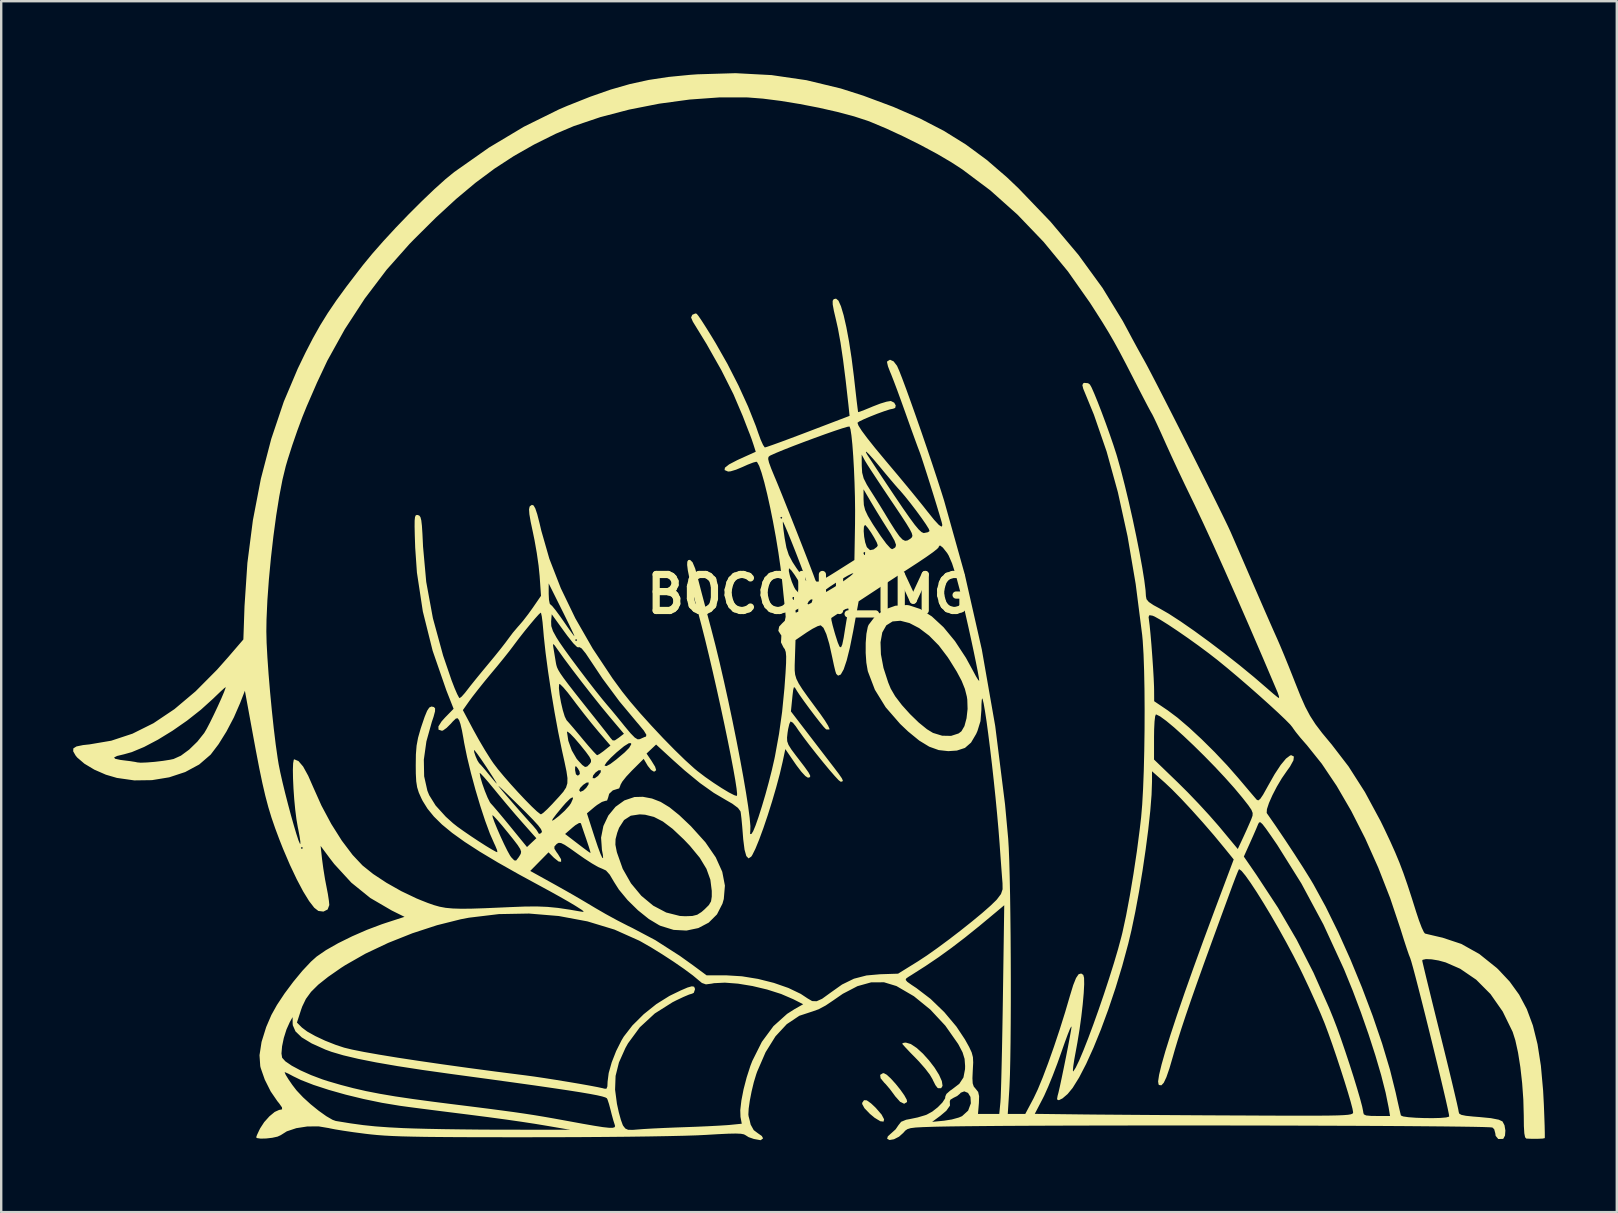
<source format=kicad_pcb>
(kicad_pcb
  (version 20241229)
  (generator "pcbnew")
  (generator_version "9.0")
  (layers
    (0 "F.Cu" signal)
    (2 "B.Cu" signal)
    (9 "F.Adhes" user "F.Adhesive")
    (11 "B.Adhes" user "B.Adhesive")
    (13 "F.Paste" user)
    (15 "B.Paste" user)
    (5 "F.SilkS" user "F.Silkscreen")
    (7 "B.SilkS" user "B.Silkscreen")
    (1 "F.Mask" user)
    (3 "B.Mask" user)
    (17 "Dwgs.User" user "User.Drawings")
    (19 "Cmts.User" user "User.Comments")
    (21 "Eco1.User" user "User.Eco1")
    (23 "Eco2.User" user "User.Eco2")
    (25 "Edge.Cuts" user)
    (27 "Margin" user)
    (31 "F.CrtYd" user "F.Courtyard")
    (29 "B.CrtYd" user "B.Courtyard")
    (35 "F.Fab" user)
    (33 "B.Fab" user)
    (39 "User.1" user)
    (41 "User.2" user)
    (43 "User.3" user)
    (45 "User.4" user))
  (footprint "BOCCHI_IMG"
    (layer "F.Cu")
    (at 30.656 21.716)
    (property "Reference" "BOCCHI_IMG" (at 0 0 0) (layer "F.SilkS") (effects (font (size 1.5 1.5) (thickness 0.3))))
    (attr board_only exclude_from_pos_files exclude_from_bom)
    (fp_poly (pts (xy 2.42 21.095) (xy 2.597 21.221) (xy 2.794 21.407) (xy 3.038 21.689) (xy 3.142 21.885) (xy 3.12 21.982) (xy 2.983 21.966) (xy 2.747 21.822) (xy 2.552 21.66) (xy 2.324 21.423) (xy 2.229 21.249) (xy 2.231 21.196) (xy 2.305 21.09)) (stroke (width 0) (type solid)) (fill yes) (layer "F.SilkS"))
    (fp_poly (pts (xy 3.248 20.025) (xy 3.423 20.186) (xy 3.624 20.408) (xy 3.822 20.655) (xy 3.987 20.889) (xy 4.088 21.073) (xy 4.1 21.163) (xy 3.979 21.238) (xy 3.811 21.157) (xy 3.606 20.927) (xy 3.57 20.876) (xy 3.387 20.63) (xy 3.209 20.42) (xy 3.143 20.354) (xy 2.996 20.174) (xy 2.978 20.034) (xy 3.089 19.966) (xy 3.13 19.963)) (stroke (width 0) (type solid)) (fill yes) (layer "F.SilkS"))
    (fp_poly (pts (xy 4.257 18.749) (xy 4.499 18.911) (xy 4.759 19.147) (xy 5.015 19.431) (xy 5.247 19.734) (xy 5.432 20.031) (xy 5.549 20.292) (xy 5.579 20.491) (xy 5.52 20.59) (xy 5.397 20.589) (xy 5.367 20.573) (xy 5.282 20.462) (xy 5.18 20.261) (xy 5.162 20.218) (xy 5.049 20.026) (xy 4.847 19.762) (xy 4.592 19.472) (xy 4.469 19.344) (xy 4.222 19.093) (xy 4.029 18.888) (xy 3.914 18.759) (xy 3.895 18.729) (xy 3.965 18.696) (xy 4.052 18.689)) (stroke (width 0) (type solid)) (fill yes) (layer "F.SilkS"))
    (fp_poly (pts (xy -1.547 -21.636) (xy -0.096 -21.424) (xy 1.338 -21.078) (xy 2.277 -20.778) (xy 3.525 -20.313) (xy 4.634 -19.83) (xy 5.632 -19.313) (xy 6.55 -18.743) (xy 7.418 -18.103) (xy 8.264 -17.374) (xy 8.75 -16.911) (xy 10.075 -15.53) (xy 11.242 -14.145) (xy 12.248 -12.762) (xy 13.09 -11.386) (xy 13.252 -11.086) (xy 13.468 -10.681) (xy 13.698 -10.257) (xy 13.904 -9.885) (xy 13.97 -9.769) (xy 14.094 -9.542) (xy 14.282 -9.184) (xy 14.524 -8.717) (xy 14.808 -8.163) (xy 15.124 -7.544) (xy 15.461 -6.88) (xy 15.807 -6.194) (xy 16.152 -5.508) (xy 16.485 -4.843) (xy 16.795 -4.22) (xy 17.071 -3.662) (xy 17.302 -3.189) (xy 17.478 -2.825) (xy 17.586 -2.591) (xy 17.702 -2.325) (xy 17.87 -1.939) (xy 18.074 -1.469) (xy 18.299 -0.949) (xy 18.529 -0.417) (xy 18.544 -0.382) (xy 18.775 0.15) (xy 19.002 0.672) (xy 19.21 1.147) (xy 19.383 1.539) (xy 19.506 1.814) (xy 19.512 1.826) (xy 19.641 2.123) (xy 19.812 2.531) (xy 20.005 3.005) (xy 20.201 3.498) (xy 20.27 3.674) (xy 20.496 4.24) (xy 20.695 4.689) (xy 20.895 5.067) (xy 21.12 5.417) (xy 21.398 5.784) (xy 21.755 6.214) (xy 21.791 6.256) (xy 22.498 7.176) (xy 23.183 8.248) (xy 23.835 9.456) (xy 23.997 9.789) (xy 24.242 10.309) (xy 24.444 10.761) (xy 24.621 11.186) (xy 24.786 11.622) (xy 24.956 12.111) (xy 25.145 12.691) (xy 25.317 13.238) (xy 25.436 13.597) (xy 25.548 13.891) (xy 25.639 14.084) (xy 25.686 14.143) (xy 25.81 14.174) (xy 26.051 14.231) (xy 26.361 14.303) (xy 26.416 14.315) (xy 27.2 14.576) (xy 27.95 14.995) (xy 28.675 15.576) (xy 28.741 15.639) (xy 29.215 16.144) (xy 29.609 16.689) (xy 29.93 17.293) (xy 30.184 17.976) (xy 30.377 18.756) (xy 30.517 19.654) (xy 30.61 20.688) (xy 30.641 21.28) (xy 30.659 21.742) (xy 30.673 22.14) (xy 30.68 22.446) (xy 30.681 22.63) (xy 30.678 22.671) (xy 30.589 22.689) (xy 30.39 22.698) (xy 30.141 22.699) (xy 29.909 22.689) (xy 29.859 22.635) (xy 29.826 22.469) (xy 29.808 22.171) (xy 29.803 21.722) (xy 29.785 21.06) (xy 29.736 20.377) (xy 29.661 19.711) (xy 29.564 19.102) (xy 29.451 18.589) (xy 29.34 18.241) (xy 28.926 17.394) (xy 28.417 16.666) (xy 27.822 16.068) (xy 27.153 15.611) (xy 26.549 15.347) (xy 26.252 15.266) (xy 25.963 15.218) (xy 25.728 15.208) (xy 25.59 15.238) (xy 25.571 15.27) (xy 25.591 15.364) (xy 25.648 15.604) (xy 25.736 15.972) (xy 25.853 16.449) (xy 25.992 17.016) (xy 26.15 17.655) (xy 26.322 18.347) (xy 26.333 18.388) (xy 26.506 19.086) (xy 26.665 19.736) (xy 26.806 20.318) (xy 26.923 20.813) (xy 27.014 21.202) (xy 27.072 21.465) (xy 27.093 21.584) (xy 27.093 21.585) (xy 27.117 21.653) (xy 27.208 21.702) (xy 27.395 21.74) (xy 27.706 21.772) (xy 27.943 21.79) (xy 28.434 21.838) (xy 28.761 21.902) (xy 28.917 21.975) (xy 29.001 22.136) (xy 29.037 22.355) (xy 29.021 22.564) (xy 28.953 22.693) (xy 28.935 22.702) (xy 28.741 22.708) (xy 28.631 22.575) (xy 28.617 22.471) (xy 28.571 22.299) (xy 28.496 22.228) (xy 28.386 22.218) (xy 28.118 22.208) (xy 27.705 22.199) (xy 27.159 22.191) (xy 26.49 22.183) (xy 25.712 22.176) (xy 24.836 22.169) (xy 23.873 22.163) (xy 22.837 22.158) (xy 21.738 22.154) (xy 20.588 22.15) (xy 19.4 22.147) (xy 18.186 22.145) (xy 16.956 22.143) (xy 15.724 22.143) (xy 14.501 22.143) (xy 13.299 22.144) (xy 12.129 22.146) (xy 11.004 22.148) (xy 9.936 22.152) (xy 8.936 22.156) (xy 8.017 22.161) (xy 7.19 22.168) (xy 6.466 22.175) (xy 5.859 22.183) (xy 5.38 22.192) (xy 5.215 22.196) (xy 4.766 22.211) (xy 4.454 22.228) (xy 4.248 22.254) (xy 4.116 22.295) (xy 4.025 22.357) (xy 3.945 22.448) (xy 3.945 22.449) (xy 3.765 22.61) (xy 3.555 22.717) (xy 3.37 22.749) (xy 3.27 22.698) (xy 3.296 22.599) (xy 3.429 22.477) (xy 3.434 22.474) (xy 3.624 22.302) (xy 3.739 22.133) (xy 3.851 21.992) (xy 5.145 21.992) (xy 5.642 21.944) (xy 5.964 21.893) (xy 6.257 21.812) (xy 6.392 21.754) (xy 6.645 21.524) (xy 6.759 21.218) (xy 6.742 20.952) (xy 6.641 20.786) (xy 6.485 20.721) (xy 6.337 20.777) (xy 6.304 20.818) (xy 6.188 20.915) (xy 6.04 20.988) (xy 5.903 21.071) (xy 5.88 21.145) (xy 5.889 21.314) (xy 5.737 21.528) (xy 5.485 21.741) (xy 5.145 21.992) (xy 3.851 21.992) (xy 3.852 21.99) (xy 4.059 21.905) (xy 4.219 21.875) (xy 4.541 21.808) (xy 4.855 21.715) (xy 4.92 21.691) (xy 5.151 21.564) (xy 5.381 21.383) (xy 5.572 21.187) (xy 5.685 21.014) (xy 5.696 20.926) (xy 5.742 20.827) (xy 5.893 20.693) (xy 5.965 20.645) (xy 6.276 20.407) (xy 6.45 20.142) (xy 6.516 19.795) (xy 6.519 19.663) (xy 6.497 19.367) (xy 6.413 19.095) (xy 6.245 18.774) (xy 6.219 18.731) (xy 5.694 17.983) (xy 5.072 17.315) (xy 4.385 16.756) (xy 3.667 16.337) (xy 3.652 16.33) (xy 3.141 16.175) (xy 2.604 16.177) (xy 2.033 16.336) (xy 1.422 16.654) (xy 1.004 16.943) (xy 0.708 17.142) (xy 0.415 17.299) (xy 0.188 17.38) (xy 0.186 17.381) (xy -0.391 17.571) (xy -0.915 17.921) (xy -1.385 18.428) (xy -1.797 19.089) (xy -2.149 19.901) (xy -2.186 20.006) (xy -2.288 20.342) (xy -2.38 20.724) (xy -2.454 21.105) (xy -2.502 21.441) (xy -2.515 21.684) (xy -2.505 21.76) (xy -2.461 21.927) (xy -2.419 22.107) (xy -2.291 22.337) (xy -2.113 22.471) (xy -1.955 22.581) (xy -1.903 22.675) (xy -1.907 22.685) (xy -1.998 22.755) (xy -2.016 22.755) (xy -2.137 22.732) (xy -2.286 22.705) (xy -2.503 22.63) (xy -2.625 22.553) (xy -2.698 22.513) (xy -2.828 22.488) (xy -3.037 22.479) (xy -3.349 22.485) (xy -3.786 22.506) (xy -4.276 22.535) (xy -4.657 22.554) (xy -5.191 22.571) (xy -5.859 22.586) (xy -6.647 22.6) (xy -7.535 22.612) (xy -8.508 22.621) (xy -9.548 22.628) (xy -10.638 22.632) (xy -11.557 22.633) (xy -12.721 22.633) (xy -13.73 22.632) (xy -14.599 22.629) (xy -15.343 22.624) (xy -15.975 22.618) (xy -16.51 22.608) (xy -16.963 22.597) (xy -17.348 22.582) (xy -17.68 22.564) (xy -17.973 22.542) (xy -18.242 22.516) (xy -18.502 22.486) (xy -18.514 22.484) (xy -18.972 22.424) (xy -19.392 22.362) (xy -19.734 22.306) (xy -19.959 22.262) (xy -19.995 22.253) (xy -20.425 22.181) (xy -20.896 22.184) (xy -21.356 22.255) (xy -21.752 22.387) (xy -22.004 22.546) (xy -22.139 22.608) (xy -22.359 22.656) (xy -22.611 22.685) (xy -22.841 22.691) (xy -22.995 22.668) (xy -23.029 22.636) (xy -22.994 22.538) (xy -22.906 22.349) (xy -22.864 22.264) (xy -22.695 22.004) (xy -22.478 21.762) (xy -22.256 21.578) (xy -22.071 21.494) (xy -22.049 21.492) (xy -21.949 21.471) (xy -21.953 21.39) (xy -22.068 21.225) (xy -22.145 21.131) (xy -22.424 20.724) (xy -22.67 20.233) (xy -22.778 19.925) (xy -21.844 19.925) (xy -21.797 20.033) (xy -21.679 20.225) (xy -21.523 20.452) (xy -21.361 20.663) (xy -21.336 20.693) (xy -21.075 20.97) (xy -20.759 21.258) (xy -20.424 21.529) (xy -20.107 21.755) (xy -19.845 21.907) (xy -19.711 21.955) (xy -19.095 22.055) (xy -18.565 22.128) (xy -18.057 22.181) (xy -17.505 22.221) (xy -16.891 22.253) (xy -16.458 22.268) (xy -15.89 22.283) (xy -15.222 22.296) (xy -14.489 22.306) (xy -13.726 22.314) (xy -12.967 22.318) (xy -12.742 22.318) (xy -9.948 22.322) (xy -10.88 22.162) (xy -11.404 22.075) (xy -11.973 21.988) (xy -12.612 21.896) (xy -13.346 21.797) (xy -14.201 21.687) (xy -15.071 21.578) (xy -15.591 21.512) (xy -16.115 21.445) (xy -16.592 21.383) (xy -16.968 21.332) (xy -17.059 21.319) (xy -17.789 21.198) (xy -18.546 21.041) (xy -19.295 20.859) (xy -20.003 20.659) (xy -20.638 20.452) (xy -21.164 20.247) (xy -21.484 20.092) (xy -21.691 19.982) (xy -21.821 19.925) (xy -21.844 19.925) (xy -22.778 19.925) (xy -22.841 19.744) (xy -22.859 19.669) (xy -22.89 19.212) (xy -22.879 19.143) (xy -21.975 19.143) (xy -21.947 19.32) (xy -21.812 19.47) (xy -21.545 19.652) (xy -21.178 19.848) (xy -20.741 20.043) (xy -20.267 20.222) (xy -20.028 20.299) (xy -19.499 20.453) (xy -18.982 20.588) (xy -18.451 20.71) (xy -17.877 20.822) (xy -17.235 20.931) (xy -16.497 21.04) (xy -15.636 21.156) (xy -14.944 21.244) (xy -14.091 21.35) (xy -13.381 21.44) (xy -12.787 21.518) (xy -12.283 21.586) (xy -11.842 21.65) (xy -11.439 21.712) (xy -11.048 21.777) (xy -10.642 21.848) (xy -10.196 21.929) (xy -10.075 21.951) (xy -9.433 22.069) (xy -8.938 22.155) (xy -8.575 22.212) (xy -8.324 22.239) (xy -8.168 22.24) (xy -8.089 22.215) (xy -8.07 22.165) (xy -8.086 22.108) (xy -8.139 21.943) (xy -8.211 21.683) (xy -8.254 21.51) (xy -8.323 21.25) (xy -8.384 21.065) (xy -8.412 21.009) (xy -8.477 20.973) (xy -8.611 20.932) (xy -8.824 20.883) (xy -9.125 20.826) (xy -9.525 20.758) (xy -10.033 20.678) (xy -10.658 20.585) (xy -11.41 20.476) (xy -12.299 20.352) (xy -13.334 20.209) (xy -14.524 20.048) (xy -14.901 19.997) (xy -16.102 19.828) (xy -17.142 19.668) (xy -18.032 19.514) (xy -18.78 19.365) (xy -19.396 19.219) (xy -19.888 19.074) (xy -20.139 18.982) (xy -20.715 18.723) (xy -21.13 18.471) (xy -21.39 18.222) (xy -21.502 17.968) (xy -21.508 17.897) (xy -21.509 17.854) (xy -21.33 17.854) (xy -21.122 18.062) (xy -20.903 18.227) (xy -20.565 18.416) (xy -20.155 18.609) (xy -19.715 18.783) (xy -19.36 18.9) (xy -19.025 18.981) (xy -18.535 19.079) (xy -17.901 19.191) (xy -17.138 19.316) (xy -16.258 19.45) (xy -15.273 19.593) (xy -14.196 19.743) (xy -13.041 19.897) (xy -11.82 20.053) (xy -11.811 20.054) (xy -11.448 20.103) (xy -11.01 20.168) (xy -10.527 20.244) (xy -10.032 20.325) (xy -9.558 20.405) (xy -9.136 20.48) (xy -8.799 20.544) (xy -8.58 20.591) (xy -8.521 20.608) (xy -8.431 20.613) (xy -8.391 20.516) (xy -8.382 20.316) (xy -8.336 19.957) (xy -8.211 19.514) (xy -8.026 19.042) (xy -7.801 18.594) (xy -7.708 18.439) (xy -7.347 17.973) (xy -6.877 17.506) (xy -6.347 17.082) (xy -5.81 16.747) (xy -5.737 16.71) (xy -5.33 16.513) (xy -5.048 16.392) (xy -4.872 16.343) (xy -4.777 16.359) (xy -4.743 16.437) (xy -4.741 16.475) (xy -4.79 16.615) (xy -4.862 16.65) (xy -4.987 16.687) (xy -5.221 16.786) (xy -5.522 16.929) (xy -5.677 17.008) (xy -6.414 17.474) (xy -7.039 18.051) (xy -7.532 18.721) (xy -7.64 18.915) (xy -7.909 19.517) (xy -8.049 20.077) (xy -8.07 20.652) (xy -7.993 21.237) (xy -7.915 21.594) (xy -7.829 21.906) (xy -7.751 22.121) (xy -7.731 22.158) (xy -7.643 22.27) (xy -7.529 22.322) (xy -7.337 22.327) (xy -7.126 22.31) (xy -6.877 22.291) (xy -6.499 22.269) (xy -6.034 22.247) (xy -5.524 22.226) (xy -5.207 22.215) (xy -4.688 22.196) (xy -4.188 22.174) (xy -3.75 22.151) (xy -3.415 22.13) (xy -3.279 22.119) (xy -2.79 22.07) (xy -2.843 21.786) (xy -2.852 21.502) (xy -2.806 21.105) (xy -2.715 20.637) (xy -2.586 20.141) (xy -2.431 19.66) (xy -2.351 19.454) (xy -1.953 18.658) (xy -1.469 18.003) (xy -0.901 17.492) (xy -0.602 17.301) (xy -0.23 17.09) (xy -0.644 16.88) (xy -1.15 16.662) (xy -1.731 16.477) (xy -2.343 16.331) (xy -2.945 16.232) (xy -3.493 16.19) (xy -3.944 16.212) (xy -4.051 16.232) (xy -4.283 16.262) (xy -4.451 16.203) (xy -4.572 16.103) (xy -4.826 15.891) (xy -5.19 15.621) (xy -5.626 15.32) (xy -6.097 15.013) (xy -6.564 14.724) (xy -6.989 14.48) (xy -7.069 14.437) (xy -8.094 13.979) (xy -9.22 13.637) (xy -10.417 13.413) (xy -11.658 13.31) (xy -12.916 13.333) (xy -14.162 13.483) (xy -14.501 13.548) (xy -15.491 13.796) (xy -16.516 14.131) (xy -17.526 14.533) (xy -18.475 14.982) (xy -19.314 15.46) (xy -19.494 15.576) (xy -20.033 15.951) (xy -20.442 16.276) (xy -20.742 16.574) (xy -20.957 16.869) (xy -21.109 17.184) (xy -21.156 17.316) (xy -21.33 17.854) (xy -21.509 17.854) (xy -21.511 17.627) (xy -21.63 17.839) (xy -21.766 18.142) (xy -21.877 18.495) (xy -21.95 18.846) (xy -21.975 19.143) (xy -22.879 19.143) (xy -22.805 18.661) (xy -22.611 18.039) (xy -22.395 17.537) (xy -22.162 17.119) (xy -21.847 16.644) (xy -21.483 16.156) (xy -21.105 15.698) (xy -20.745 15.315) (xy -20.507 15.102) (xy -20.121 14.836) (xy -19.615 14.548) (xy -19.03 14.259) (xy -18.412 13.989) (xy -17.801 13.759) (xy -17.677 13.717) (xy -16.846 13.447) (xy -17.379 13.183) (xy -18.273 12.661) (xy -19.063 12.022) (xy -19.775 11.246) (xy -19.964 11.001) (xy -20.343 10.491) (xy -20.283 11.043) (xy -20.23 11.44) (xy -20.158 11.886) (xy -20.102 12.175) (xy -20.04 12.499) (xy -19.997 12.782) (xy -19.981 12.955) (xy -20.05 13.14) (xy -20.225 13.228) (xy -20.438 13.201) (xy -20.609 13.067) (xy -20.823 12.79) (xy -21.07 12.388) (xy -21.34 11.878) (xy -21.623 11.28) (xy -21.909 10.611) (xy -21.923 10.576) (xy -21.167 10.576) (xy -21.124 10.619) (xy -21.082 10.576) (xy -21.124 10.534) (xy -21.167 10.576) (xy -21.923 10.576) (xy -22.067 10.211) (xy -22.24 9.748) (xy -22.39 9.312) (xy -22.523 8.874) (xy -22.647 8.405) (xy -22.77 7.876) (xy -22.899 7.257) (xy -23.041 6.519) (xy -23.148 5.941) (xy -23.499 4.024) (xy -23.699 4.539) (xy -23.958 5.134) (xy -24.267 5.722) (xy -24.596 6.251) (xy -24.914 6.67) (xy -24.935 6.694) (xy -25.404 7.098) (xy -25.987 7.412) (xy -26.654 7.632) (xy -27.373 7.75) (xy -28.11 7.76) (xy -28.833 7.657) (xy -29.292 7.523) (xy -29.775 7.312) (xy -30.188 7.064) (xy -30.489 6.806) (xy -30.49 6.805) (xy -28.951 6.805) (xy -28.907 6.859) (xy -28.694 6.906) (xy -28.571 6.922) (xy -28.287 6.957) (xy -28.07 6.991) (xy -27.982 7.01) (xy -27.84 7.023) (xy -27.581 7.013) (xy -27.257 6.987) (xy -26.92 6.947) (xy -26.62 6.9) (xy -26.472 6.868) (xy -26.166 6.73) (xy -25.821 6.476) (xy -25.478 6.142) (xy -25.193 5.784) (xy -25.093 5.614) (xy -24.954 5.348) (xy -24.794 5.022) (xy -24.631 4.677) (xy -24.483 4.35) (xy -24.369 4.081) (xy -24.306 3.908) (xy -24.299 3.873) (xy -24.355 3.913) (xy -24.503 4.047) (xy -24.717 4.251) (xy -24.818 4.349) (xy -25.331 4.813) (xy -25.907 5.267) (xy -26.515 5.69) (xy -27.123 6.063) (xy -27.7 6.367) (xy -28.215 6.582) (xy -28.533 6.671) (xy -28.826 6.742) (xy -28.951 6.805) (xy -30.49 6.805) (xy -30.558 6.72) (xy -30.656 6.547) (xy -30.649 6.426) (xy -30.518 6.345) (xy -30.247 6.289) (xy -29.972 6.259) (xy -29.069 6.106) (xy -28.184 5.813) (xy -27.309 5.377) (xy -26.435 4.79) (xy -25.555 4.048) (xy -24.66 3.147) (xy -24.194 2.621) (xy -23.563 1.887) (xy -23.551 1.548) (xy -22.605 1.548) (xy -22.594 2.025) (xy -22.561 2.632) (xy -22.512 3.33) (xy -22.449 4.081) (xy -22.376 4.845) (xy -22.297 5.585) (xy -22.215 6.262) (xy -22.133 6.837) (xy -22.091 7.093) (xy -22.024 7.428) (xy -21.932 7.835) (xy -21.822 8.287) (xy -21.701 8.757) (xy -21.578 9.217) (xy -21.459 9.638) (xy -21.353 9.994) (xy -21.267 10.257) (xy -21.207 10.398) (xy -21.188 10.414) (xy -21.187 10.319) (xy -21.218 10.102) (xy -21.274 9.802) (xy -21.293 9.712) (xy -21.35 9.382) (xy -21.401 8.982) (xy -21.443 8.543) (xy -21.474 8.099) (xy -21.493 7.681) (xy -21.499 7.321) (xy -21.489 7.05) (xy -21.462 6.9) (xy -21.442 6.881) (xy -21.265 6.956) (xy -21.071 7.184) (xy -20.859 7.57) (xy -20.666 8.011) (xy -20.309 8.809) (xy -19.9 9.574) (xy -19.46 10.271) (xy -19.01 10.867) (xy -18.596 11.307) (xy -18.154 11.661) (xy -17.599 12.027) (xy -16.98 12.377) (xy -16.347 12.679) (xy -16.171 12.752) (xy -15.88 12.867) (xy -15.625 12.957) (xy -15.383 13.025) (xy -15.129 13.072) (xy -14.839 13.099) (xy -14.488 13.11) (xy -14.054 13.106) (xy -13.51 13.088) (xy -12.833 13.059) (xy -12.446 13.042) (xy -11.832 13.018) (xy -11.331 13.014) (xy -10.889 13.032) (xy -10.45 13.075) (xy -9.959 13.148) (xy -9.567 13.216) (xy -9.418 13.239) (xy -9.375 13.226) (xy -9.452 13.161) (xy -9.659 13.028) (xy -9.737 12.979) (xy -10.012 12.815) (xy -10.382 12.604) (xy -10.789 12.378) (xy -11.049 12.237) (xy -12.075 11.679) (xy -12.332 11.534) (xy -11.606 11.534) (xy -11.074 11.829) (xy -10.562 12.113) (xy -10.158 12.34) (xy -9.82 12.532) (xy -9.508 12.714) (xy -9.179 12.909) (xy -8.89 13.082) (xy -8.46 13.331) (xy -7.982 13.592) (xy -7.534 13.822) (xy -7.353 13.91) (xy -6.395 14.417) (xy -5.373 15.072) (xy -4.816 15.471) (xy -4.255 15.886) (xy -3.418 15.886) (xy -2.783 15.925) (xy -2.113 16.034) (xy -1.453 16.2) (xy -0.845 16.412) (xy -0.332 16.658) (xy -0.042 16.85) (xy 0.143 16.958) (xy 0.331 16.965) (xy 0.559 16.863) (xy 0.863 16.643) (xy 0.87 16.637) (xy 1.39 16.268) (xy 1.787 16.074) (xy 4.041 16.074) (xy 4.108 16.155) (xy 4.286 16.282) (xy 4.489 16.416) (xy 5.078 16.866) (xy 5.65 17.418) (xy 6.156 18.02) (xy 6.509 18.552) (xy 6.686 18.87) (xy 6.793 19.099) (xy 6.845 19.296) (xy 6.856 19.518) (xy 6.84 19.824) (xy 6.839 19.837) (xy 6.824 20.173) (xy 6.835 20.386) (xy 6.879 20.52) (xy 6.964 20.62) (xy 7.063 20.746) (xy 7.102 20.921) (xy 7.094 21.203) (xy 7.093 21.216) (xy 7.056 21.662) (xy 7.499 21.662) (xy 7.943 21.662) (xy 7.99 21.174) (xy 8.002 20.988) (xy 8.014 20.652) (xy 8.028 20.185) (xy 8.042 19.609) (xy 8.057 18.942) (xy 8.071 18.204) (xy 8.085 17.415) (xy 8.094 16.824) (xy 8.15 12.963) (xy 7.822 13.239) (xy 7.119 13.824) (xy 6.506 14.317) (xy 5.949 14.743) (xy 5.415 15.129) (xy 4.869 15.498) (xy 4.277 15.875) (xy 4.161 15.947) (xy 4.065 16.014) (xy 4.041 16.074) (xy 1.787 16.074) (xy 1.885 16.026) (xy 2.41 15.89) (xy 2.974 15.84) (xy 3.725 15.816) (xy 4.551 15.304) (xy 4.924 15.059) (xy 5.365 14.747) (xy 5.845 14.392) (xy 6.334 14.016) (xy 6.804 13.642) (xy 7.227 13.292) (xy 7.573 12.988) (xy 7.815 12.754) (xy 7.848 12.717) (xy 8.014 12.497) (xy 8.081 12.298) (xy 8.078 12.05) (xy 8.061 11.832) (xy 8.035 11.487) (xy 8.003 11.055) (xy 7.969 10.58) (xy 7.957 10.406) (xy 7.91 9.808) (xy 7.852 9.155) (xy 7.786 8.469) (xy 7.713 7.771) (xy 7.637 7.084) (xy 7.559 6.428) (xy 7.483 5.824) (xy 7.412 5.295) (xy 7.346 4.862) (xy 7.29 4.545) (xy 7.246 4.368) (xy 7.232 4.34) (xy 7.214 4.398) (xy 7.201 4.584) (xy 7.197 4.833) (xy 7.16 5.29) (xy 7.033 5.702) (xy 6.978 5.826) (xy 6.766 6.185) (xy 6.512 6.407) (xy 6.176 6.517) (xy 5.816 6.541) (xy 5.419 6.497) (xy 5.024 6.355) (xy 4.607 6.101) (xy 4.145 5.723) (xy 3.811 5.406) (xy 3.208 4.712) (xy 2.758 3.981) (xy 2.469 3.224) (xy 2.459 3.186) (xy 2.402 2.852) (xy 2.375 2.45) (xy 2.376 2.033) (xy 2.378 2.004) (xy 2.993 2.004) (xy 3.01 2.506) (xy 3.117 3.072) (xy 3.313 3.678) (xy 3.419 3.936) (xy 3.604 4.254) (xy 3.885 4.622) (xy 4.226 5) (xy 4.586 5.349) (xy 4.929 5.628) (xy 5.18 5.781) (xy 5.563 5.898) (xy 5.935 5.905) (xy 6.247 5.804) (xy 6.365 5.714) (xy 6.491 5.498) (xy 6.579 5.169) (xy 6.622 4.783) (xy 6.61 4.395) (xy 6.591 4.267) (xy 6.51 3.947) (xy 6.375 3.611) (xy 6.169 3.224) (xy 5.875 2.751) (xy 5.792 2.623) (xy 5.421 2.134) (xy 5.019 1.727) (xy 4.605 1.414) (xy 4.2 1.203) (xy 3.824 1.107) (xy 3.496 1.135) (xy 3.236 1.297) (xy 3.235 1.298) (xy 3.067 1.593) (xy 2.993 2.004) (xy 2.378 2.004) (xy 2.405 1.653) (xy 2.462 1.365) (xy 2.495 1.28) (xy 2.772 0.916) (xy 3.16 0.642) (xy 3.614 0.48) (xy 4.092 0.451) (xy 4.184 0.463) (xy 4.65 0.617) (xy 5.132 0.926) (xy 5.619 1.376) (xy 6.096 1.955) (xy 6.552 2.65) (xy 6.845 3.186) (xy 6.974 3.427) (xy 7.068 3.579) (xy 7.108 3.612) (xy 7.108 3.61) (xy 7.092 3.479) (xy 7.044 3.211) (xy 6.969 2.833) (xy 6.874 2.373) (xy 6.764 1.859) (xy 6.645 1.319) (xy 6.523 0.781) (xy 6.405 0.272) (xy 6.299 -0.167) (xy 6.129 -0.807) (xy 5.975 -1.286) (xy 5.833 -1.613) (xy 5.771 -1.716) (xy 5.59 -1.944) (xy 5.47 -2.035) (xy 5.42 -1.982) (xy 5.419 -1.959) (xy 5.351 -1.885) (xy 5.168 -1.741) (xy 4.895 -1.548) (xy 4.561 -1.324) (xy 4.526 -1.301) (xy 4.081 -1.012) (xy 3.593 -0.694) (xy 3.128 -0.391) (xy 2.857 -0.212) (xy 2.081 0.297) (xy 1.854 1.539) (xy 1.716 2.228) (xy 1.583 2.761) (xy 1.457 3.135) (xy 1.337 3.347) (xy 1.225 3.395) (xy 1.148 3.321) (xy 1.11 3.206) (xy 1.053 2.97) (xy 0.988 2.664) (xy 0.979 2.621) (xy 0.858 2.073) (xy 0.735 1.662) (xy 0.615 1.4) (xy 0.501 1.297) (xy 0.5 1.297) (xy 0.373 1.332) (xy 0.157 1.442) (xy -0.085 1.594) (xy -0.55 1.911) (xy -0.575 2.694) (xy -0.584 2.962) (xy -0.584 3.174) (xy -0.565 3.354) (xy -0.513 3.528) (xy -0.417 3.721) (xy -0.265 3.961) (xy -0.045 4.271) (xy 0.254 4.678) (xy 0.481 4.986) (xy 0.672 5.26) (xy 0.808 5.48) (xy 0.867 5.614) (xy 0.864 5.639) (xy 0.741 5.638) (xy 0.713 5.622) (xy 0.622 5.527) (xy 0.46 5.328) (xy 0.253 5.062) (xy 0.027 4.763) (xy -0.191 4.466) (xy -0.374 4.207) (xy -0.497 4.021) (xy -0.513 3.992) (xy -0.577 3.889) (xy -0.618 3.881) (xy -0.647 3.991) (xy -0.677 4.24) (xy -0.686 4.332) (xy -0.741 4.885) (xy -0.057 5.777) (xy 0.245 6.171) (xy 0.554 6.574) (xy 0.832 6.936) (xy 1.033 7.197) (xy 1.253 7.487) (xy 1.379 7.669) (xy 1.424 7.768) (xy 1.399 7.808) (xy 1.33 7.815) (xy 1.248 7.752) (xy 1.086 7.578) (xy 0.863 7.321) (xy 0.6 7.004) (xy 0.319 6.655) (xy 0.039 6.299) (xy -0.217 5.961) (xy -0.43 5.667) (xy -0.537 5.508) (xy -0.659 5.357) (xy -0.751 5.305) (xy -0.759 5.308) (xy -0.807 5.408) (xy -0.857 5.621) (xy -0.881 5.775) (xy -0.903 5.975) (xy -0.896 6.13) (xy -0.842 6.28) (xy -0.725 6.468) (xy -0.528 6.732) (xy -0.426 6.864) (xy -0.172 7.197) (xy -0.013 7.42) (xy 0.06 7.555) (xy 0.059 7.622) (xy -0.005 7.644) (xy -0.038 7.645) (xy -0.139 7.579) (xy -0.302 7.404) (xy -0.496 7.151) (xy -0.567 7.05) (xy -0.974 6.455) (xy -1.087 6.987) (xy -1.205 7.492) (xy -1.355 8.05) (xy -1.525 8.633) (xy -1.707 9.21) (xy -1.89 9.752) (xy -2.066 10.23) (xy -2.223 10.614) (xy -2.353 10.875) (xy -2.395 10.938) (xy -2.507 11.011) (xy -2.6 10.914) (xy -2.674 10.649) (xy -2.729 10.215) (xy -2.742 10.048) (xy -2.772 9.672) (xy -2.803 9.346) (xy -2.831 9.116) (xy -2.844 9.049) (xy -2.948 8.907) (xy -3.181 8.733) (xy -3.412 8.6) (xy -3.954 8.281) (xy -4.531 7.871) (xy -5.164 7.351) (xy -5.655 6.913) (xy -6.36 6.266) (xy -6.559 6.454) (xy -6.758 6.641) (xy -6.554 6.943) (xy -6.402 7.19) (xy -6.358 7.332) (xy -6.418 7.388) (xy -6.459 7.391) (xy -6.57 7.324) (xy -6.703 7.159) (xy -6.723 7.127) (xy -6.878 6.863) (xy -7.375 7.358) (xy -7.603 7.601) (xy -7.771 7.813) (xy -7.85 7.957) (xy -7.852 7.982) (xy -7.901 8.095) (xy -7.968 8.114) (xy -8.164 8.176) (xy -8.316 8.319) (xy -8.362 8.485) (xy -8.404 8.599) (xy -8.476 8.613) (xy -8.618 8.658) (xy -8.822 8.786) (xy -8.928 8.868) (xy -9.243 9.134) (xy -8.933 10.096) (xy -8.79 10.524) (xy -8.679 10.822) (xy -8.604 10.983) (xy -8.569 11.001) (xy -8.578 10.869) (xy -8.619 10.653) (xy -8.633 10.44) (xy -8.057 10.44) (xy -8.001 10.729) (xy -7.991 10.768) (xy -7.752 11.444) (xy -7.407 12.051) (xy -6.977 12.569) (xy -6.481 12.981) (xy -5.939 13.267) (xy -5.371 13.41) (xy -5.15 13.422) (xy -4.85 13.411) (xy -4.647 13.36) (xy -4.467 13.245) (xy -4.341 13.135) (xy -4.162 12.957) (xy -4.071 12.803) (xy -4.04 12.604) (xy -4.04 12.363) (xy -4.099 11.898) (xy -4.261 11.447) (xy -4.541 10.984) (xy -4.953 10.485) (xy -5.209 10.217) (xy -5.672 9.78) (xy -6.077 9.474) (xy -6.449 9.283) (xy -6.818 9.191) (xy -7.044 9.176) (xy -7.416 9.232) (xy -7.696 9.413) (xy -7.903 9.735) (xy -7.98 9.941) (xy -8.05 10.208) (xy -8.057 10.44) (xy -8.633 10.44) (xy -8.654 10.147) (xy -8.558 9.662) (xy -8.351 9.225) (xy -8.052 8.861) (xy -7.682 8.595) (xy -7.26 8.453) (xy -6.912 8.444) (xy -6.531 8.516) (xy -6.171 8.656) (xy -5.802 8.881) (xy -5.395 9.209) (xy -4.922 9.658) (xy -4.903 9.677) (xy -4.306 10.339) (xy -3.874 10.968) (xy -3.603 11.569) (xy -3.492 12.146) (xy -3.539 12.704) (xy -3.593 12.895) (xy -3.823 13.345) (xy -4.167 13.688) (xy -4.599 13.915) (xy -5.094 14.019) (xy -5.629 13.991) (xy -6.177 13.822) (xy -6.238 13.793) (xy -6.664 13.537) (xy -7.117 13.173) (xy -7.549 12.749) (xy -7.912 12.31) (xy -8.115 11.99) (xy -8.293 11.689) (xy -8.448 11.516) (xy -8.61 11.44) (xy -8.614 11.439) (xy -8.777 11.369) (xy -9.036 11.22) (xy -9.352 11.015) (xy -9.607 10.837) (xy -9.942 10.598) (xy -10.169 10.447) (xy -10.318 10.373) (xy -10.416 10.362) (xy -10.492 10.401) (xy -10.514 10.42) (xy -10.599 10.516) (xy -10.598 10.611) (xy -10.502 10.763) (xy -10.449 10.834) (xy -10.321 11.046) (xy -10.319 11.154) (xy -10.424 11.141) (xy -10.614 10.989) (xy -10.619 10.985) (xy -10.844 10.759) (xy -11.225 11.146) (xy -11.606 11.534) (xy -12.332 11.534) (xy -12.958 11.18) (xy -13.708 10.731) (xy -14.338 10.323) (xy -14.86 9.949) (xy -15.284 9.6) (xy -15.622 9.266) (xy -15.888 8.94) (xy -16.091 8.613) (xy -16.143 8.509) (xy -16.251 8.268) (xy -16.319 8.049) (xy -16.358 7.801) (xy -16.375 7.474) (xy -16.378 7.136) (xy -16.372 6.675) (xy -16.343 6.313) (xy -16.281 5.981) (xy -16.175 5.609) (xy -16.139 5.499) (xy -16.007 5.11) (xy -15.904 4.86) (xy -15.815 4.725) (xy -15.724 4.681) (xy -15.624 4.702) (xy -15.572 4.756) (xy -15.574 4.879) (xy -15.634 5.105) (xy -15.708 5.325) (xy -15.934 6.135) (xy -16.041 6.896) (xy -16.028 7.589) (xy -15.893 8.191) (xy -15.818 8.376) (xy -15.549 8.808) (xy -15.127 9.273) (xy -14.826 9.545) (xy -14.642 9.69) (xy -14.38 9.877) (xy -14.074 10.087) (xy -13.755 10.298) (xy -13.453 10.491) (xy -13.201 10.643) (xy -13.031 10.736) (xy -12.975 10.753) (xy -12.989 10.665) (xy -13.064 10.481) (xy -13.106 10.393) (xy -13.286 9.984) (xy -13.484 9.447) (xy -13.563 9.207) (xy -13.184 9.207) (xy -13.17 9.298) (xy -13.097 9.502) (xy -12.982 9.782) (xy -12.843 10.1) (xy -12.696 10.417) (xy -12.558 10.695) (xy -12.447 10.895) (xy -12.397 10.966) (xy -12.274 11.093) (xy -12.195 11.101) (xy -12.1 10.981) (xy -12.057 10.916) (xy -12.002 10.821) (xy -11.986 10.732) (xy -12.024 10.62) (xy -12.129 10.456) (xy -12.315 10.213) (xy -12.535 9.939) (xy -12.779 9.642) (xy -12.984 9.404) (xy -13.126 9.251) (xy -13.184 9.207) (xy -13.563 9.207) (xy -13.69 8.82) (xy -13.892 8.142) (xy -14.078 7.453) (xy -14.079 7.449) (xy -13.715 7.449) (xy -13.683 7.63) (xy -13.604 7.9) (xy -13.497 8.202) (xy -13.384 8.478) (xy -13.286 8.673) (xy -13.252 8.718) (xy -13.145 8.837) (xy -12.957 9.057) (xy -12.714 9.348) (xy -12.442 9.678) (xy -12.425 9.7) (xy -11.741 10.538) (xy -11.547 10.354) (xy -11.352 10.171) (xy -11.51 9.994) (xy -10.153 9.994) (xy -9.636 10.391) (xy -9.388 10.58) (xy -9.198 10.72) (xy -9.1 10.786) (xy -9.094 10.789) (xy -9.108 10.715) (xy -9.166 10.522) (xy -9.257 10.249) (xy -9.268 10.215) (xy -9.371 9.917) (xy -9.452 9.678) (xy -9.495 9.547) (xy -9.496 9.544) (xy -9.569 9.535) (xy -9.728 9.63) (xy -9.839 9.72) (xy -10.153 9.994) (xy -11.51 9.994) (xy -11.926 9.524) (xy -12.24 9.165) (xy -12.601 8.74) (xy -12.952 8.319) (xy -13.108 8.128) (xy -13.227 7.985) (xy -12.936 7.985) (xy -12.894 8.044) (xy -12.764 8.202) (xy -12.567 8.433) (xy -12.329 8.709) (xy -12.072 9.003) (xy -11.819 9.287) (xy -11.596 9.536) (xy -11.498 9.642) (xy -11.349 9.819) (xy -11.267 9.949) (xy -11.261 9.971) (xy -11.21 9.989) (xy -11.143 9.947) (xy -11.118 9.889) (xy -11.158 9.791) (xy -11.275 9.635) (xy -11.451 9.443) (xy -10.7 9.443) (xy -10.622 9.408) (xy -10.435 9.264) (xy -10.405 9.24) (xy -10.171 9.027) (xy -9.982 8.818) (xy -9.908 8.71) (xy -9.825 8.522) (xy -9.841 8.461) (xy -9.945 8.522) (xy -10.127 8.702) (xy -10.26 8.854) (xy -10.52 9.169) (xy -10.666 9.364) (xy -10.7 9.443) (xy -11.451 9.443) (xy -11.484 9.406) (xy -11.798 9.085) (xy -11.967 8.917) (xy -12.29 8.599) (xy -12.569 8.327) (xy -12.783 8.122) (xy -12.91 8.005) (xy -12.936 7.985) (xy -13.227 7.985) (xy -13.347 7.839) (xy -13.542 7.614) (xy -13.672 7.477) (xy -13.715 7.449) (xy -14.079 7.449) (xy -14.238 6.791) (xy -14.3 6.491) (xy -13.949 6.491) (xy -13.942 6.582) (xy -13.885 6.752) (xy -13.807 6.93) (xy -13.736 7.043) (xy -13.729 7.049) (xy -13.647 7.135) (xy -13.495 7.311) (xy -13.343 7.497) (xy -13.169 7.709) (xy -13.043 7.855) (xy -12.996 7.9) (xy -13.031 7.835) (xy -13.14 7.657) (xy -13.307 7.398) (xy -13.448 7.183) (xy -13.648 6.886) (xy -13.812 6.654) (xy -13.919 6.517) (xy -13.949 6.491) (xy -14.3 6.491) (xy -14.36 6.195) (xy -14.393 5.998) (xy -14.452 5.678) (xy -14.515 5.41) (xy -14.569 5.255) (xy -14.63 5.171) (xy -14.705 5.182) (xy -14.831 5.302) (xy -14.913 5.395) (xy -15.091 5.572) (xy -15.241 5.679) (xy -15.286 5.692) (xy -15.429 5.646) (xy -15.434 5.513) (xy -15.302 5.303) (xy -15.157 5.141) (xy -14.854 4.831) (xy -14.414 4.831) (xy -13.971 5.665) (xy -13.741 6.08) (xy -13.488 6.509) (xy -13.25 6.887) (xy -13.138 7.051) (xy -12.952 7.295) (xy -12.703 7.594) (xy -12.415 7.924) (xy -12.11 8.26) (xy -11.812 8.576) (xy -11.543 8.849) (xy -11.328 9.052) (xy -11.189 9.162) (xy -11.157 9.175) (xy -11.066 9.116) (xy -10.897 8.961) (xy -10.683 8.741) (xy -10.641 8.694) (xy -10.4 8.433) (xy -10.226 8.233) (xy -10.185 8.168) (xy -9.567 8.168) (xy -9.519 8.238) (xy -9.397 8.187) (xy -9.271 8.07) (xy -9.176 7.927) (xy -9.172 7.844) (xy -9.263 7.854) (xy -9.399 7.946) (xy -9.521 8.07) (xy -9.567 8.168) (xy -10.185 8.168) (xy -10.114 8.06) (xy -10.059 7.881) (xy -10.055 7.665) (xy -10.055 7.663) (xy -9.006 7.663) (xy -9.005 7.665) (xy -8.918 7.672) (xy -8.779 7.572) (xy -8.779 7.571) (xy -8.672 7.429) (xy -8.661 7.337) (xy -8.757 7.339) (xy -8.885 7.431) (xy -8.987 7.557) (xy -9.006 7.663) (xy -10.055 7.663) (xy -10.096 7.378) (xy -10.106 7.332) (xy -9.737 7.332) (xy -9.702 7.507) (xy -9.621 7.564) (xy -9.538 7.496) (xy -9.551 7.386) (xy -9.617 7.267) (xy -9.703 7.163) (xy -9.733 7.2) (xy -9.737 7.332) (xy -10.106 7.332) (xy -10.178 6.986) (xy -10.284 6.508) (xy -10.439 5.751) (xy -10.442 5.737) (xy -10.075 5.737) (xy -10.019 6.11) (xy -9.874 6.512) (xy -9.673 6.857) (xy -9.621 6.92) (xy -9.438 7.118) (xy -9.322 7.201) (xy -9.231 7.18) (xy -9.199 7.147) (xy -8.502 7.147) (xy -8.428 7.162) (xy -8.273 7.08) (xy -8.025 6.894) (xy -7.672 6.596) (xy -7.484 6.405) (xy -7.398 6.258) (xy -7.403 6.211) (xy -7.496 6.211) (xy -7.697 6.336) (xy -7.999 6.585) (xy -8.006 6.591) (xy -8.247 6.816) (xy -8.421 7.004) (xy -8.502 7.124) (xy -8.502 7.147) (xy -9.199 7.147) (xy -9.125 7.072) (xy -9.074 6.994) (xy -9.074 6.904) (xy -9.141 6.772) (xy -9.287 6.571) (xy -9.529 6.27) (xy -9.535 6.263) (xy -9.758 6.002) (xy -9.937 5.816) (xy -10.049 5.728) (xy -10.075 5.737) (xy -10.442 5.737) (xy -10.592 4.922) (xy -10.735 4.066) (xy -10.758 3.913) (xy -10.411 3.913) (xy -10.382 4.187) (xy -10.324 4.512) (xy -10.249 4.834) (xy -10.168 5.098) (xy -10.093 5.25) (xy -10.089 5.254) (xy -9.976 5.38) (xy -9.787 5.6) (xy -9.553 5.879) (xy -9.408 6.054) (xy -9.175 6.33) (xy -8.982 6.549) (xy -8.853 6.683) (xy -8.815 6.711) (xy -8.721 6.662) (xy -8.555 6.543) (xy -8.513 6.509) (xy -8.263 6.309) (xy -8.767 5.722) (xy -9.047 5.385) (xy -9.373 4.976) (xy -9.691 4.564) (xy -9.82 4.391) (xy -10.043 4.1) (xy -10.229 3.881) (xy -10.355 3.757) (xy -10.402 3.744) (xy -10.411 3.913) (xy -10.758 3.913) (xy -10.862 3.226) (xy -10.966 2.444) (xy -11.001 2.127) (xy -10.656 2.127) (xy -10.638 2.251) (xy -10.594 2.512) (xy -10.545 2.81) (xy -10.54 2.842) (xy -10.52 2.945) (xy -10.49 3.046) (xy -10.437 3.159) (xy -10.35 3.303) (xy -10.217 3.494) (xy -10.026 3.749) (xy -9.766 4.084) (xy -9.425 4.516) (xy -8.991 5.062) (xy -8.932 5.135) (xy -8.685 5.447) (xy -8.472 5.717) (xy -8.319 5.914) (xy -8.255 5.998) (xy -8.17 6.094) (xy -8.078 6.092) (xy -7.923 5.987) (xy -7.893 5.964) (xy -7.701 5.816) (xy -8.307 5.098) (xy -8.651 4.681) (xy -9.043 4.19) (xy -9.452 3.667) (xy -9.846 3.152) (xy -10.192 2.688) (xy -10.441 2.34) (xy -10.582 2.141) (xy -10.647 2.074) (xy -10.656 2.127) (xy -11.001 2.127) (xy -11.04 1.766) (xy -11.062 1.508) (xy -11.092 1.177) (xy -11.097 1.136) (xy -10.736 1.136) (xy -10.729 1.329) (xy -10.659 1.539) (xy -10.51 1.81) (xy -10.38 2.013) (xy -10.175 2.309) (xy -9.896 2.694) (xy -9.571 3.13) (xy -9.229 3.58) (xy -8.898 4.007) (xy -8.606 4.372) (xy -8.383 4.64) (xy -8.371 4.653) (xy -8.225 4.825) (xy -8.011 5.083) (xy -7.767 5.383) (xy -7.674 5.499) (xy -7.425 5.797) (xy -7.25 5.975) (xy -7.128 6.049) (xy -7.04 6.041) (xy -6.854 5.958) (xy -6.782 5.933) (xy -6.766 5.86) (xy -6.871 5.686) (xy -7.101 5.407) (xy -7.153 5.348) (xy -7.886 4.47) (xy -8.594 3.516) (xy -9.063 2.813) (xy -9.295 2.466) (xy -9.461 2.262) (xy -9.557 2.204) (xy -9.572 2.216) (xy -9.651 2.204) (xy -9.812 2.045) (xy -9.918 1.911) (xy -9.737 1.911) (xy -9.694 1.954) (xy -9.652 1.911) (xy -9.694 1.869) (xy -9.737 1.911) (xy -9.918 1.911) (xy -10.053 1.742) (xy -10.173 1.579) (xy -10.71 0.836) (xy -10.736 1.136) (xy -11.097 1.136) (xy -11.125 0.923) (xy -11.156 0.784) (xy -11.168 0.769) (xy -11.243 0.834) (xy -11.397 1.004) (xy -11.602 1.247) (xy -11.835 1.532) (xy -12.07 1.831) (xy -12.281 2.111) (xy -12.319 2.163) (xy -12.479 2.374) (xy -12.715 2.671) (xy -12.991 3.01) (xy -13.213 3.275) (xy -13.501 3.623) (xy -13.779 3.97) (xy -14.011 4.268) (xy -14.133 4.433) (xy -14.414 4.831) (xy -14.854 4.831) (xy -14.8 4.776) (xy -15.101 4.012) (xy -15.673 2.359) (xy -16.083 0.718) (xy -16.329 -0.903) (xy -16.401 -1.941) (xy -16.418 -2.455) (xy -16.426 -2.823) (xy -16.424 -3.068) (xy -16.409 -3.215) (xy -16.379 -3.285) (xy -16.333 -3.304) (xy -16.289 -3.299) (xy -16.227 -3.274) (xy -16.181 -3.208) (xy -16.147 -3.077) (xy -16.121 -2.854) (xy -16.099 -2.514) (xy -16.076 -2.031) (xy -16.075 -1.995) (xy -15.941 -0.512) (xy -15.663 1.001) (xy -15.237 2.559) (xy -14.885 3.589) (xy -14.76 3.912) (xy -14.651 4.164) (xy -14.573 4.31) (xy -14.549 4.332) (xy -14.466 4.27) (xy -14.326 4.112) (xy -14.25 4.014) (xy -14.098 3.818) (xy -13.87 3.534) (xy -13.599 3.203) (xy -13.373 2.931) (xy -13.096 2.596) (xy -12.839 2.277) (xy -12.635 2.014) (xy -12.528 1.869) (xy -12.328 1.602) (xy -12.107 1.342) (xy -12.083 1.317) (xy -11.907 1.111) (xy -11.689 0.829) (xy -11.499 0.564) (xy -11.157 0.067) (xy -11.163 -0.012) (xy -10.837 -0.012) (xy -10.825 0.234) (xy -10.794 0.393) (xy -10.768 0.425) (xy -10.693 0.49) (xy -10.549 0.667) (xy -10.36 0.924) (xy -10.239 1.097) (xy -10.041 1.383) (xy -9.882 1.605) (xy -9.784 1.734) (xy -9.763 1.753) (xy -9.793 1.676) (xy -9.886 1.474) (xy -10.03 1.175) (xy -10.211 0.807) (xy -10.292 0.644) (xy -10.837 -0.449) (xy -10.837 -0.012) (xy -11.163 -0.012) (xy -11.214 -0.753) (xy -11.258 -1.191) (xy -11.333 -1.716) (xy -11.427 -2.25) (xy -11.493 -2.571) (xy -11.589 -3.023) (xy -11.642 -3.336) (xy -11.656 -3.536) (xy -11.633 -3.647) (xy -11.615 -3.671) (xy -11.536 -3.724) (xy -11.465 -3.697) (xy -11.394 -3.572) (xy -11.313 -3.329) (xy -11.216 -2.95) (xy -11.144 -2.644) (xy -10.809 -1.475) (xy -10.333 -0.252) (xy -9.728 1.002) (xy -9.003 2.266) (xy -8.171 3.517) (xy -7.776 4.056) (xy -7.441 4.475) (xy -7.027 4.958) (xy -6.561 5.474) (xy -6.074 5.994) (xy -5.593 6.485) (xy -5.148 6.918) (xy -4.768 7.263) (xy -4.628 7.379) (xy -4.31 7.621) (xy -3.964 7.862) (xy -3.625 8.083) (xy -3.327 8.262) (xy -3.102 8.377) (xy -2.996 8.41) (xy -2.983 8.33) (xy -3.006 8.104) (xy -3.06 7.75) (xy -3.142 7.287) (xy -3.247 6.733) (xy -3.372 6.108) (xy -3.513 5.429) (xy -3.666 4.716) (xy -3.827 3.986) (xy -3.992 3.26) (xy -4.157 2.555) (xy -4.318 1.89) (xy -4.472 1.285) (xy -4.532 1.057) (xy -4.723 0.337) (xy -4.87 -0.235) (xy -4.974 -0.675) (xy -5.039 -0.998) (xy -5.066 -1.22) (xy -5.06 -1.356) (xy -5.021 -1.421) (xy -4.953 -1.431) (xy -4.943 -1.429) (xy -4.841 -1.331) (xy -4.733 -1.073) (xy -4.646 -0.765) (xy -4.571 -0.473) (xy -4.463 -0.057) (xy -4.331 0.441) (xy -4.188 0.981) (xy -4.064 1.444) (xy -3.89 2.119) (xy -3.71 2.859) (xy -3.529 3.646) (xy -3.349 4.46) (xy -3.176 5.282) (xy -3.012 6.093) (xy -2.861 6.874) (xy -2.727 7.606) (xy -2.613 8.271) (xy -2.523 8.848) (xy -2.461 9.319) (xy -2.43 9.665) (xy -2.435 9.867) (xy -2.437 9.88) (xy -2.443 9.999) (xy -2.385 9.991) (xy -2.315 9.88) (xy -2.213 9.634) (xy -2.089 9.279) (xy -1.951 8.844) (xy -1.807 8.359) (xy -1.668 7.851) (xy -1.54 7.349) (xy -1.433 6.882) (xy -1.406 6.754) (xy -1.237 5.823) (xy -1.108 4.904) (xy -1.012 3.926) (xy -0.966 3.29) (xy -0.943 2.875) (xy -0.939 2.593) (xy -0.956 2.41) (xy -0.997 2.291) (xy -1.054 2.213) (xy -1.156 2.006) (xy -1.147 1.882) (xy -1.14 1.723) (xy -1.182 1.659) (xy -1.266 1.525) (xy -1.232 1.35) (xy -1.102 1.21) (xy -0.995 1.107) (xy -0.972 0.993) (xy 0.94 0.993) (xy 0.947 1.079) (xy 0.995 1.288) (xy 1.076 1.58) (xy 1.109 1.692) (xy 1.21 2.009) (xy 1.285 2.186) (xy 1.346 2.216) (xy 1.4 2.093) (xy 1.458 1.813) (xy 1.517 1.441) (xy 1.571 1.111) (xy 1.621 0.833) (xy 1.659 0.661) (xy 1.661 0.652) (xy 1.648 0.59) (xy 1.536 0.619) (xy 1.315 0.744) (xy 0.973 0.97) (xy 0.94 0.993) (xy -0.972 0.993) (xy -0.961 0.944) (xy -0.974 0.744) (xy -0.981 0.68) (xy -0.55 0.68) (xy -0.546 0.758) (xy -0.518 0.765) (xy -0.398 0.703) (xy -0.381 0.68) (xy -0.385 0.601) (xy -0.413 0.595) (xy -0.533 0.657) (xy -0.55 0.68) (xy -0.981 0.68) (xy -1 0.507) (xy -1.01 0.402) (xy -0.053 0.402) (xy -0.015 0.425) (xy 0.109 0.362) (xy 0.13 0.334) (xy 0.162 0.224) (xy 0.096 0.214) (xy 0.002 0.295) (xy -0.053 0.402) (xy -1.01 0.402) (xy -1.034 0.17) (xy -0.677 0.17) (xy -0.646 0.24) (xy -0.621 0.227) (xy -0.611 0.126) (xy -0.621 0.113) (xy -0.671 0.125) (xy -0.677 0.17) (xy -1.034 0.17) (xy -1.036 0.155) (xy -1.052 0.004) (xy 0.507 0.004) (xy 0.605 -0.031) (xy 0.794 -0.131) (xy 1.057 -0.288) (xy 1.238 -0.404) (xy 1.517 -0.592) (xy 1.731 -0.749) (xy 1.848 -0.851) (xy 1.86 -0.871) (xy 1.797 -0.859) (xy 1.63 -0.775) (xy 1.396 -0.64) (xy 1.132 -0.477) (xy 0.874 -0.308) (xy 0.66 -0.154) (xy 0.656 -0.151) (xy 0.518 -0.033) (xy 0.507 0.004) (xy -1.052 0.004) (xy -1.078 -0.258) (xy -1.108 -0.552) (xy -1.157 -0.966) (xy -0.829 -0.966) (xy -0.784 -0.763) (xy -0.705 -0.521) (xy -0.61 -0.299) (xy -0.548 -0.191) (xy -0.389 -0.025) (xy -0.263 -0.025) (xy -0.214 -0.082) (xy -0.232 -0.178) (xy -0.319 -0.36) (xy -0.446 -0.585) (xy -0.587 -0.807) (xy -0.716 -0.984) (xy -0.804 -1.072) (xy -0.823 -1.072) (xy -0.829 -0.966) (xy -1.157 -0.966) (xy -1.175 -1.123) (xy -1.263 -1.736) (xy -1.367 -2.37) (xy -1.483 -3.001) (xy -1.487 -3.025) (xy -1.077 -3.025) (xy -1.077 -2.935) (xy -1.055 -2.72) (xy -1.014 -2.42) (xy -1.001 -2.328) (xy -0.928 -1.937) (xy -0.83 -1.635) (xy -0.676 -1.342) (xy -0.513 -1.093) (xy -0.331 -0.835) (xy -0.189 -0.644) (xy -0.111 -0.554) (xy -0.103 -0.551) (xy -0.124 -0.633) (xy -0.198 -0.845) (xy -0.315 -1.161) (xy -0.465 -1.552) (xy -0.566 -1.811) (xy -0.733 -2.231) (xy -0.878 -2.587) (xy -0.992 -2.853) (xy -1.061 -3.002) (xy -1.077 -3.025) (xy -1.487 -3.025) (xy -1.52 -3.186) (xy -1.185 -3.186) (xy -1.143 -3.143) (xy -1.101 -3.186) (xy -1.143 -3.228) (xy -1.185 -3.186) (xy -1.52 -3.186) (xy -1.605 -3.608) (xy -1.729 -4.169) (xy -1.85 -4.661) (xy -1.964 -5.062) (xy -2.065 -5.35) (xy -2.149 -5.503) (xy -2.181 -5.522) (xy -2.316 -5.487) (xy -2.546 -5.398) (xy -2.757 -5.303) (xy -3.027 -5.19) (xy -3.253 -5.122) (xy -3.359 -5.112) (xy -3.506 -5.174) (xy -3.492 -5.273) (xy -3.317 -5.411) (xy -2.978 -5.588) (xy -2.884 -5.631) (xy -2.877 -5.635) (xy -1.689 -5.635) (xy -1.653 -5.482) (xy -1.562 -5.234) (xy -1.409 -4.863) (xy -1.391 -4.823) (xy -1.271 -4.533) (xy -1.11 -4.136) (xy -0.92 -3.661) (xy -0.711 -3.137) (xy -0.496 -2.593) (xy -0.286 -2.058) (xy -0.092 -1.561) (xy 0.074 -1.131) (xy 0.201 -0.798) (xy 0.277 -0.59) (xy 0.282 -0.576) (xy 0.323 -0.524) (xy 0.41 -0.527) (xy 0.567 -0.596) (xy 0.82 -0.742) (xy 1.118 -0.927) (xy 1.905 -1.424) (xy 1.91 -1.699) (xy 2.286 -1.699) (xy 2.317 -1.629) (xy 2.342 -1.642) (xy 2.353 -1.743) (xy 2.342 -1.756) (xy 2.292 -1.744) (xy 2.286 -1.699) (xy 1.91 -1.699) (xy 1.926 -2.634) (xy 2.292 -2.634) (xy 2.311 -2.398) (xy 2.354 -2.162) (xy 2.415 -1.981) (xy 2.434 -1.949) (xy 2.556 -1.836) (xy 2.702 -1.865) (xy 2.714 -1.872) (xy 2.846 -1.973) (xy 2.879 -2.037) (xy 2.837 -2.157) (xy 2.732 -2.353) (xy 2.598 -2.572) (xy 2.465 -2.763) (xy 2.367 -2.875) (xy 2.346 -2.886) (xy 2.302 -2.815) (xy 2.292 -2.634) (xy 1.926 -2.634) (xy 1.931 -2.942) (xy 1.934 -3.483) (xy 1.927 -4.062) (xy 1.918 -4.372) (xy 2.286 -4.372) (xy 2.286 -3.949) (xy 2.299 -3.717) (xy 2.353 -3.506) (xy 2.465 -3.266) (xy 2.654 -2.949) (xy 2.701 -2.875) (xy 2.999 -2.426) (xy 3.234 -2.105) (xy 3.402 -1.92) (xy 3.476 -1.876) (xy 3.568 -1.921) (xy 3.617 -1.964) (xy 3.639 -2.057) (xy 3.577 -2.23) (xy 3.423 -2.505) (xy 3.322 -2.665) (xy 3.084 -3.041) (xy 2.831 -3.452) (xy 2.615 -3.811) (xy 2.609 -3.821) (xy 2.286 -4.372) (xy 1.918 -4.372) (xy 1.91 -4.653) (xy 1.886 -5.23) (xy 1.855 -5.768) (xy 1.851 -5.819) (xy 2.208 -5.819) (xy 2.211 -5.352) (xy 2.228 -5.066) (xy 2.291 -4.827) (xy 2.423 -4.565) (xy 2.541 -4.375) (xy 2.749 -4.047) (xy 2.959 -3.712) (xy 3.099 -3.483) (xy 3.391 -3.001) (xy 3.613 -2.651) (xy 3.78 -2.415) (xy 3.91 -2.278) (xy 4.017 -2.225) (xy 4.117 -2.24) (xy 4.227 -2.306) (xy 4.261 -2.332) (xy 4.308 -2.38) (xy 4.322 -2.446) (xy 4.294 -2.549) (xy 4.213 -2.71) (xy 4.07 -2.946) (xy 3.854 -3.278) (xy 3.555 -3.725) (xy 3.445 -3.887) (xy 3.142 -4.339) (xy 2.864 -4.758) (xy 2.627 -5.118) (xy 2.45 -5.393) (xy 2.349 -5.558) (xy 2.341 -5.572) (xy 2.208 -5.819) (xy 1.851 -5.819) (xy 1.844 -5.919) (xy 2.384 -5.919) (xy 2.43 -5.829) (xy 2.495 -5.727) (xy 2.641 -5.506) (xy 2.851 -5.188) (xy 3.113 -4.794) (xy 3.411 -4.348) (xy 3.556 -4.131) (xy 3.919 -3.594) (xy 4.204 -3.186) (xy 4.421 -2.892) (xy 4.584 -2.698) (xy 4.702 -2.589) (xy 4.789 -2.55) (xy 4.8 -2.549) (xy 4.97 -2.583) (xy 5.037 -2.633) (xy 5.005 -2.722) (xy 4.887 -2.912) (xy 4.706 -3.174) (xy 4.484 -3.477) (xy 4.244 -3.791) (xy 4.007 -4.087) (xy 3.796 -4.334) (xy 3.719 -4.417) (xy 3.616 -4.534) (xy 3.434 -4.748) (xy 3.201 -5.025) (xy 3.019 -5.246) (xy 2.718 -5.604) (xy 2.51 -5.837) (xy 2.398 -5.943) (xy 2.384 -5.919) (xy 1.844 -5.919) (xy 1.82 -6.239) (xy 1.781 -6.617) (xy 1.741 -6.877) (xy 1.702 -6.99) (xy 1.612 -6.977) (xy 1.393 -6.912) (xy 1.074 -6.806) (xy 0.682 -6.669) (xy 0.247 -6.511) (xy -0.203 -6.344) (xy -0.64 -6.178) (xy -1.034 -6.023) (xy -1.359 -5.889) (xy -1.584 -5.788) (xy -1.621 -5.769) (xy -1.676 -5.721) (xy -1.689 -5.635) (xy -2.877 -5.635) (xy -2.207 -5.937) (xy -2.296 -6.218) (xy -2.379 -6.465) (xy -2.454 -6.667) (xy -2.455 -6.669) (xy -2.519 -6.83) (xy -2.622 -7.095) (xy -2.742 -7.408) (xy -2.752 -7.433) (xy -3.138 -8.338) (xy -3.64 -9.336) (xy -4.261 -10.434) (xy -4.829 -11.36) (xy -4.902 -11.532) (xy -4.852 -11.646) (xy -4.721 -11.702) (xy -4.668 -11.687) (xy -4.596 -11.599) (xy -4.454 -11.39) (xy -4.261 -11.088) (xy -4.031 -10.717) (xy -3.88 -10.467) (xy -3.388 -9.601) (xy -2.929 -8.703) (xy -2.526 -7.821) (xy -2.201 -7.003) (xy -2.108 -6.733) (xy -2.002 -6.44) (xy -1.904 -6.223) (xy -1.834 -6.12) (xy -1.825 -6.117) (xy -1.725 -6.146) (xy -1.492 -6.227) (xy -1.149 -6.351) (xy -0.719 -6.511) (xy -0.228 -6.696) (xy -0.02 -6.775) (xy 1.704 -7.433) (xy 1.655 -7.9) (xy 1.54 -8.918) (xy 1.431 -9.778) (xy 1.325 -10.491) (xy 1.22 -11.068) (xy 1.142 -11.416) (xy 1.049 -11.813) (xy 1.001 -12.074) (xy 0.999 -12.227) (xy 1.044 -12.299) (xy 1.135 -12.318) (xy 1.141 -12.318) (xy 1.239 -12.236) (xy 1.345 -12) (xy 1.456 -11.627) (xy 1.569 -11.132) (xy 1.681 -10.531) (xy 1.787 -9.84) (xy 1.884 -9.075) (xy 1.907 -8.868) (xy 1.957 -8.426) (xy 2 -8.049) (xy 2.035 -7.767) (xy 2.056 -7.61) (xy 2.061 -7.588) (xy 2.141 -7.611) (xy 2.337 -7.686) (xy 2.61 -7.798) (xy 2.668 -7.823) (xy 2.978 -7.943) (xy 3.245 -8.024) (xy 3.416 -8.052) (xy 3.428 -8.051) (xy 3.563 -7.983) (xy 3.627 -7.867) (xy 3.604 -7.763) (xy 3.516 -7.73) (xy 3.378 -7.702) (xy 3.145 -7.626) (xy 2.858 -7.522) (xy 2.561 -7.404) (xy 2.296 -7.291) (xy 2.105 -7.199) (xy 2.032 -7.145) (xy 2.076 -7.025) (xy 2.208 -6.816) (xy 2.436 -6.509) (xy 2.765 -6.095) (xy 3.202 -5.569) (xy 3.385 -5.352) (xy 3.757 -4.909) (xy 4.132 -4.457) (xy 4.48 -4.032) (xy 4.771 -3.672) (xy 4.936 -3.462) (xy 5.224 -3.104) (xy 5.424 -2.888) (xy 5.538 -2.813) (xy 5.57 -2.877) (xy 5.545 -2.994) (xy 5.455 -3.302) (xy 5.336 -3.697) (xy 5.198 -4.145) (xy 5.053 -4.609) (xy 4.911 -5.056) (xy 4.784 -5.45) (xy 4.684 -5.755) (xy 4.62 -5.936) (xy 4.616 -5.946) (xy 4.547 -6.127) (xy 4.435 -6.433) (xy 4.291 -6.83) (xy 4.129 -7.283) (xy 4.026 -7.573) (xy 3.855 -8.049) (xy 3.691 -8.499) (xy 3.546 -8.883) (xy 3.436 -9.165) (xy 3.392 -9.268) (xy 3.304 -9.497) (xy 3.266 -9.662) (xy 3.27 -9.702) (xy 3.388 -9.772) (xy 3.538 -9.705) (xy 3.681 -9.519) (xy 3.685 -9.51) (xy 3.771 -9.316) (xy 3.901 -8.983) (xy 4.067 -8.538) (xy 4.26 -8.003) (xy 4.473 -7.402) (xy 4.697 -6.76) (xy 4.923 -6.101) (xy 5.143 -5.448) (xy 5.348 -4.826) (xy 5.531 -4.258) (xy 5.641 -3.908) (xy 6.504 -0.827) (xy 7.215 2.304) (xy 7.774 5.495) (xy 8.183 8.757) (xy 8.315 10.194) (xy 8.338 10.579) (xy 8.359 11.111) (xy 8.377 11.767) (xy 8.393 12.523) (xy 8.405 13.356) (xy 8.415 14.243) (xy 8.421 15.161) (xy 8.424 16.086) (xy 8.424 16.996) (xy 8.42 17.867) (xy 8.413 18.677) (xy 8.402 19.401) (xy 8.388 20.018) (xy 8.369 20.502) (xy 8.36 20.664) (xy 8.297 21.662) (xy 8.662 21.662) (xy 9.027 21.662) (xy 9.028 21.659) (xy 9.422 21.659) (xy 11.548 21.684) (xy 12.065 21.689) (xy 12.725 21.694) (xy 13.5 21.7) (xy 14.364 21.706) (xy 15.288 21.712) (xy 16.248 21.718) (xy 17.214 21.723) (xy 18.162 21.727) (xy 18.182 21.727) (xy 19.171 21.732) (xy 20.004 21.734) (xy 20.695 21.735) (xy 21.256 21.734) (xy 21.701 21.73) (xy 22.043 21.723) (xy 22.297 21.712) (xy 22.474 21.698) (xy 22.589 21.679) (xy 22.654 21.656) (xy 22.684 21.628) (xy 22.691 21.595) (xy 22.691 21.594) (xy 22.664 21.442) (xy 22.59 21.159) (xy 22.477 20.773) (xy 22.335 20.313) (xy 22.173 19.807) (xy 22.001 19.285) (xy 21.827 18.774) (xy 21.66 18.304) (xy 21.511 17.904) (xy 21.502 17.882) (xy 21.335 17.475) (xy 21.113 16.969) (xy 20.861 16.414) (xy 20.602 15.864) (xy 20.468 15.588) (xy 20.198 15.058) (xy 19.901 14.504) (xy 19.59 13.945) (xy 19.275 13.4) (xy 18.967 12.888) (xy 18.679 12.426) (xy 18.421 12.035) (xy 18.205 11.731) (xy 18.043 11.534) (xy 17.946 11.462) (xy 17.93 11.468) (xy 17.886 11.563) (xy 17.801 11.776) (xy 17.691 12.066) (xy 17.66 12.148) (xy 17.21 13.373) (xy 16.816 14.452) (xy 16.473 15.397) (xy 16.178 16.223) (xy 15.926 16.941) (xy 15.713 17.563) (xy 15.534 18.104) (xy 15.384 18.575) (xy 15.259 18.99) (xy 15.191 19.23) (xy 15.037 19.758) (xy 14.908 20.132) (xy 14.798 20.364) (xy 14.7 20.469) (xy 14.608 20.458) (xy 14.583 20.436) (xy 14.563 20.307) (xy 14.605 20.028) (xy 14.707 19.605) (xy 14.866 19.046) (xy 15.081 18.358) (xy 15.348 17.547) (xy 15.666 16.62) (xy 16.033 15.585) (xy 16.445 14.448) (xy 16.902 13.217) (xy 16.99 12.982) (xy 17.714 11.055) (xy 17.618 10.936) (xy 18.136 10.936) (xy 18.656 11.691) (xy 19.554 13.058) (xy 20.338 14.401) (xy 21.04 15.777) (xy 21.693 17.248) (xy 21.865 17.67) (xy 22.015 18.06) (xy 22.183 18.528) (xy 22.36 19.045) (xy 22.538 19.581) (xy 22.707 20.109) (xy 22.857 20.6) (xy 22.981 21.025) (xy 23.069 21.356) (xy 23.111 21.564) (xy 23.114 21.598) (xy 23.138 21.679) (xy 23.233 21.725) (xy 23.436 21.744) (xy 23.672 21.747) (xy 24.23 21.747) (xy 24.17 21.386) (xy 24.046 20.775) (xy 23.859 20.042) (xy 23.617 19.218) (xy 23.332 18.336) (xy 23.014 17.426) (xy 22.673 16.52) (xy 22.318 15.649) (xy 22.298 15.603) (xy 21.452 13.765) (xy 20.534 12.056) (xy 19.527 10.447) (xy 19.271 10.074) (xy 19.055 9.767) (xy 18.913 9.583) (xy 18.826 9.505) (xy 18.771 9.513) (xy 18.728 9.592) (xy 18.723 9.606) (xy 18.648 9.786) (xy 18.528 10.062) (xy 18.39 10.372) (xy 18.389 10.374) (xy 18.136 10.936) (xy 17.618 10.936) (xy 17.314 10.561) (xy 16.887 10.045) (xy 16.428 9.514) (xy 15.964 8.997) (xy 15.525 8.526) (xy 15.136 8.13) (xy 14.85 7.86) (xy 14.309 7.38) (xy 14.309 7.812) (xy 14.29 8.358) (xy 14.236 9.036) (xy 14.152 9.812) (xy 14.042 10.654) (xy 13.913 11.528) (xy 13.768 12.401) (xy 13.612 13.24) (xy 13.451 14.012) (xy 13.319 14.565) (xy 13.067 15.495) (xy 12.788 16.413) (xy 12.49 17.3) (xy 12.182 18.136) (xy 11.87 18.902) (xy 11.564 19.577) (xy 11.271 20.143) (xy 11 20.579) (xy 10.792 20.832) (xy 10.579 21.014) (xy 10.424 21.091) (xy 10.349 21.056) (xy 10.373 20.91) (xy 10.409 20.777) (xy 10.47 20.512) (xy 10.547 20.151) (xy 10.634 19.731) (xy 10.724 19.286) (xy 10.809 18.854) (xy 10.881 18.469) (xy 10.935 18.167) (xy 10.953 18.052) (xy 10.944 18.014) (xy 10.889 18.119) (xy 10.796 18.349) (xy 10.672 18.685) (xy 10.547 19.043) (xy 10.366 19.552) (xy 10.172 20.061) (xy 9.983 20.524) (xy 9.819 20.893) (xy 9.757 21.017) (xy 9.422 21.659) (xy 9.028 21.659) (xy 9.376 21.004) (xy 9.549 20.638) (xy 9.755 20.139) (xy 9.983 19.536) (xy 10.222 18.861) (xy 10.461 18.144) (xy 10.69 17.415) (xy 10.886 16.746) (xy 11.024 16.294) (xy 11.143 15.996) (xy 11.251 15.838) (xy 11.357 15.809) (xy 11.445 15.867) (xy 11.477 15.992) (xy 11.482 16.256) (xy 11.462 16.632) (xy 11.421 17.092) (xy 11.362 17.607) (xy 11.287 18.15) (xy 11.198 18.693) (xy 11.14 19.009) (xy 11.072 19.377) (xy 11.028 19.667) (xy 11.011 19.849) (xy 11.024 19.895) (xy 11.127 19.737) (xy 11.271 19.439) (xy 11.446 19.025) (xy 11.646 18.517) (xy 11.862 17.938) (xy 12.085 17.313) (xy 12.308 16.662) (xy 12.522 16.01) (xy 12.72 15.38) (xy 12.893 14.795) (xy 13.032 14.278) (xy 13.076 14.102) (xy 13.229 13.394) (xy 13.385 12.562) (xy 13.537 11.654) (xy 13.678 10.715) (xy 13.798 9.792) (xy 13.855 9.302) (xy 13.9 8.77) (xy 13.937 8.11) (xy 13.966 7.352) (xy 13.986 6.528) (xy 13.994 5.951) (xy 14.393 5.951) (xy 14.393 6.891) (xy 15.379 7.842) (xy 15.8 8.26) (xy 16.253 8.733) (xy 16.691 9.209) (xy 17.063 9.633) (xy 17.125 9.706) (xy 17.884 10.62) (xy 18.112 10.131) (xy 18.254 9.82) (xy 18.383 9.527) (xy 18.451 9.366) (xy 18.499 9.232) (xy 18.504 9.118) (xy 18.453 8.988) (xy 18.329 8.805) (xy 18.116 8.533) (xy 18.069 8.474) (xy 17.734 8.073) (xy 17.345 7.638) (xy 16.921 7.185) (xy 16.479 6.733) (xy 16.039 6.3) (xy 15.617 5.901) (xy 15.234 5.556) (xy 14.905 5.282) (xy 14.65 5.095) (xy 14.488 5.014) (xy 14.47 5.012) (xy 14.439 5.091) (xy 14.414 5.306) (xy 14.398 5.623) (xy 14.393 5.951) (xy 13.994 5.951) (xy 13.998 5.669) (xy 14.001 4.806) (xy 13.995 3.971) (xy 13.98 3.195) (xy 13.956 2.509) (xy 13.922 1.944) (xy 13.899 1.699) (xy 13.804 0.951) (xy 14.166 0.951) (xy 14.182 1.078) (xy 14.211 1.307) (xy 14.246 1.664) (xy 14.284 2.104) (xy 14.32 2.584) (xy 14.353 3.063) (xy 14.378 3.497) (xy 14.393 3.842) (xy 14.396 3.976) (xy 14.399 4.46) (xy 14.965 4.842) (xy 15.372 5.147) (xy 15.853 5.558) (xy 16.378 6.045) (xy 16.918 6.58) (xy 17.442 7.135) (xy 17.889 7.644) (xy 18.16 7.964) (xy 18.397 8.244) (xy 18.576 8.454) (xy 18.672 8.565) (xy 18.674 8.567) (xy 18.737 8.595) (xy 18.82 8.532) (xy 18.938 8.358) (xy 19.108 8.054) (xy 19.142 7.992) (xy 19.419 7.503) (xy 19.673 7.117) (xy 19.893 6.852) (xy 20.065 6.722) (xy 20.114 6.711) (xy 20.222 6.766) (xy 20.203 6.925) (xy 20.061 7.184) (xy 19.935 7.359) (xy 19.719 7.672) (xy 19.51 8.024) (xy 19.327 8.378) (xy 19.184 8.701) (xy 19.099 8.958) (xy 19.088 9.114) (xy 19.096 9.129) (xy 19.467 9.663) (xy 19.859 10.244) (xy 20.246 10.831) (xy 20.602 11.384) (xy 20.9 11.863) (xy 21.035 12.089) (xy 21.547 13.025) (xy 22.065 14.079) (xy 22.574 15.212) (xy 23.059 16.39) (xy 23.506 17.574) (xy 23.9 18.728) (xy 24.226 19.815) (xy 24.464 20.77) (xy 24.545 21.138) (xy 24.616 21.448) (xy 24.666 21.659) (xy 24.683 21.726) (xy 24.775 21.766) (xy 24.995 21.798) (xy 25.301 21.821) (xy 25.653 21.834) (xy 26.009 21.837) (xy 26.328 21.829) (xy 26.568 21.808) (xy 26.689 21.775) (xy 26.695 21.768) (xy 26.683 21.675) (xy 26.634 21.438) (xy 26.554 21.08) (xy 26.447 20.622) (xy 26.32 20.086) (xy 26.177 19.493) (xy 26.024 18.865) (xy 25.866 18.223) (xy 25.709 17.589) (xy 25.557 16.986) (xy 25.416 16.433) (xy 25.292 15.953) (xy 25.189 15.568) (xy 25.113 15.298) (xy 25.07 15.166) (xy 25.069 15.164) (xy 25.012 15.019) (xy 24.92 14.75) (xy 24.804 14.394) (xy 24.677 13.989) (xy 24.673 13.974) (xy 24.236 12.67) (xy 23.739 11.397) (xy 23.194 10.177) (xy 22.612 9.033) (xy 22.005 7.989) (xy 21.385 7.067) (xy 20.763 6.29) (xy 20.722 6.244) (xy 20.491 5.979) (xy 20.298 5.74) (xy 20.177 5.572) (xy 20.165 5.551) (xy 20.067 5.43) (xy 19.859 5.22) (xy 19.562 4.937) (xy 19.196 4.601) (xy 18.782 4.229) (xy 18.34 3.84) (xy 17.89 3.452) (xy 17.453 3.084) (xy 17.049 2.754) (xy 17.047 2.752) (xy 16.666 2.456) (xy 16.242 2.141) (xy 15.801 1.825) (xy 15.371 1.528) (xy 14.979 1.267) (xy 14.651 1.062) (xy 14.415 0.93) (xy 14.331 0.895) (xy 14.2 0.874) (xy 14.166 0.951) (xy 13.804 0.951) (xy 13.628 -0.427) (xy 13.29 -2.412) (xy 12.886 -4.252) (xy 12.418 -5.944) (xy 11.887 -7.483) (xy 11.548 -8.308) (xy 11.442 -8.566) (xy 11.407 -8.711) (xy 11.437 -8.784) (xy 11.482 -8.808) (xy 11.643 -8.795) (xy 11.72 -8.74) (xy 11.79 -8.616) (xy 11.902 -8.362) (xy 12.046 -8.009) (xy 12.209 -7.588) (xy 12.38 -7.128) (xy 12.547 -6.662) (xy 12.699 -6.22) (xy 12.824 -5.833) (xy 12.854 -5.734) (xy 13.012 -5.172) (xy 13.176 -4.531) (xy 13.342 -3.84) (xy 13.503 -3.126) (xy 13.653 -2.415) (xy 13.788 -1.736) (xy 13.901 -1.116) (xy 13.987 -0.582) (xy 14.04 -0.162) (xy 14.055 0.082) (xy 14.08 0.209) (xy 14.175 0.324) (xy 14.371 0.456) (xy 14.613 0.587) (xy 15.006 0.813) (xy 15.499 1.133) (xy 16.067 1.527) (xy 16.683 1.976) (xy 17.323 2.461) (xy 17.96 2.962) (xy 18.567 3.461) (xy 19.12 3.937) (xy 19.149 3.963) (xy 19.366 4.151) (xy 19.531 4.285) (xy 19.604 4.332) (xy 19.602 4.264) (xy 19.545 4.096) (xy 19.528 4.056) (xy 18.938 2.67) (xy 18.37 1.352) (xy 17.83 0.116) (xy 17.326 -1.024) (xy 16.863 -2.054) (xy 16.446 -2.96) (xy 16.083 -3.729) (xy 15.935 -4.035) (xy 15.676 -4.57) (xy 15.392 -5.169) (xy 15.116 -5.764) (xy 14.88 -6.284) (xy 14.86 -6.329) (xy 14.679 -6.732) (xy 14.519 -7.082) (xy 14.394 -7.347) (xy 14.318 -7.498) (xy 14.306 -7.518) (xy 14.249 -7.618) (xy 14.128 -7.843) (xy 13.958 -8.169) (xy 13.75 -8.57) (xy 13.527 -9.005) (xy 13.216 -9.61) (xy 12.956 -10.104) (xy 12.722 -10.53) (xy 12.491 -10.928) (xy 12.239 -11.341) (xy 11.941 -11.809) (xy 11.723 -12.148) (xy 10.804 -13.454) (xy 9.791 -14.684) (xy 8.705 -15.817) (xy 7.567 -16.833) (xy 6.399 -17.708) (xy 5.937 -18.008) (xy 5.348 -18.354) (xy 4.665 -18.721) (xy 3.943 -19.081) (xy 3.238 -19.408) (xy 2.604 -19.674) (xy 2.455 -19.732) (xy 1.89 -19.916) (xy 1.2 -20.1) (xy 0.43 -20.275) (xy -0.374 -20.431) (xy -1.168 -20.561) (xy -1.907 -20.655) (xy -2.546 -20.705) (xy -2.55 -20.705) (xy -3.724 -20.706) (xy -4.964 -20.617) (xy -6.23 -20.445) (xy -7.484 -20.198) (xy -8.684 -19.884) (xy -9.791 -19.51) (xy -10.541 -19.192) (xy -11.446 -18.742) (xy -12.289 -18.263) (xy -13.095 -17.738) (xy -13.889 -17.147) (xy -14.695 -16.473) (xy -15.538 -15.697) (xy -16.442 -14.799) (xy -16.637 -14.599) (xy -17.593 -13.522) (xy -18.503 -12.321) (xy -19.336 -11.043) (xy -20.063 -9.733) (xy -20.495 -8.815) (xy -20.647 -8.465) (xy -20.794 -8.127) (xy -20.906 -7.87) (xy -20.912 -7.858) (xy -21.102 -7.39) (xy -21.313 -6.821) (xy -21.524 -6.211) (xy -21.711 -5.625) (xy -21.795 -5.34) (xy -21.932 -4.778) (xy -22.066 -4.08) (xy -22.194 -3.281) (xy -22.311 -2.414) (xy -22.414 -1.513) (xy -22.499 -0.612) (xy -22.562 0.255) (xy -22.598 1.053) (xy -22.605 1.548) (xy -23.551 1.548) (xy -23.515 0.498) (xy -23.395 -1.303) (xy -23.166 -3.081) (xy -22.833 -4.812) (xy -22.401 -6.47) (xy -21.877 -8.028) (xy -21.294 -9.405) (xy -20.967 -10.081) (xy -20.663 -10.67) (xy -20.363 -11.204) (xy -20.044 -11.719) (xy -19.685 -12.248) (xy -19.264 -12.825) (xy -18.759 -13.485) (xy -18.577 -13.719) (xy -18.191 -14.189) (xy -17.725 -14.719) (xy -17.207 -15.28) (xy -16.662 -15.846) (xy -16.117 -16.389) (xy -15.601 -16.882) (xy -15.139 -17.298) (xy -14.774 -17.596) (xy -13.33 -18.612) (xy -11.868 -19.486) (xy -10.407 -20.207) (xy -10.066 -20.353) (xy -9.112 -20.732) (xy -8.258 -21.031) (xy -7.458 -21.261) (xy -6.669 -21.434) (xy -5.846 -21.559) (xy -4.945 -21.647) (xy -4.634 -21.669) (xy -3.048 -21.716)) (stroke (width 0) (type solid)) (fill yes) (layer "F.SilkS")))
  (gr_rect
    (start -3 -3)
    (end 64.337 47.471)
    (stroke (width 0.1) (type default))
    (fill no)
    (layer "Edge.Cuts")))
</source>
